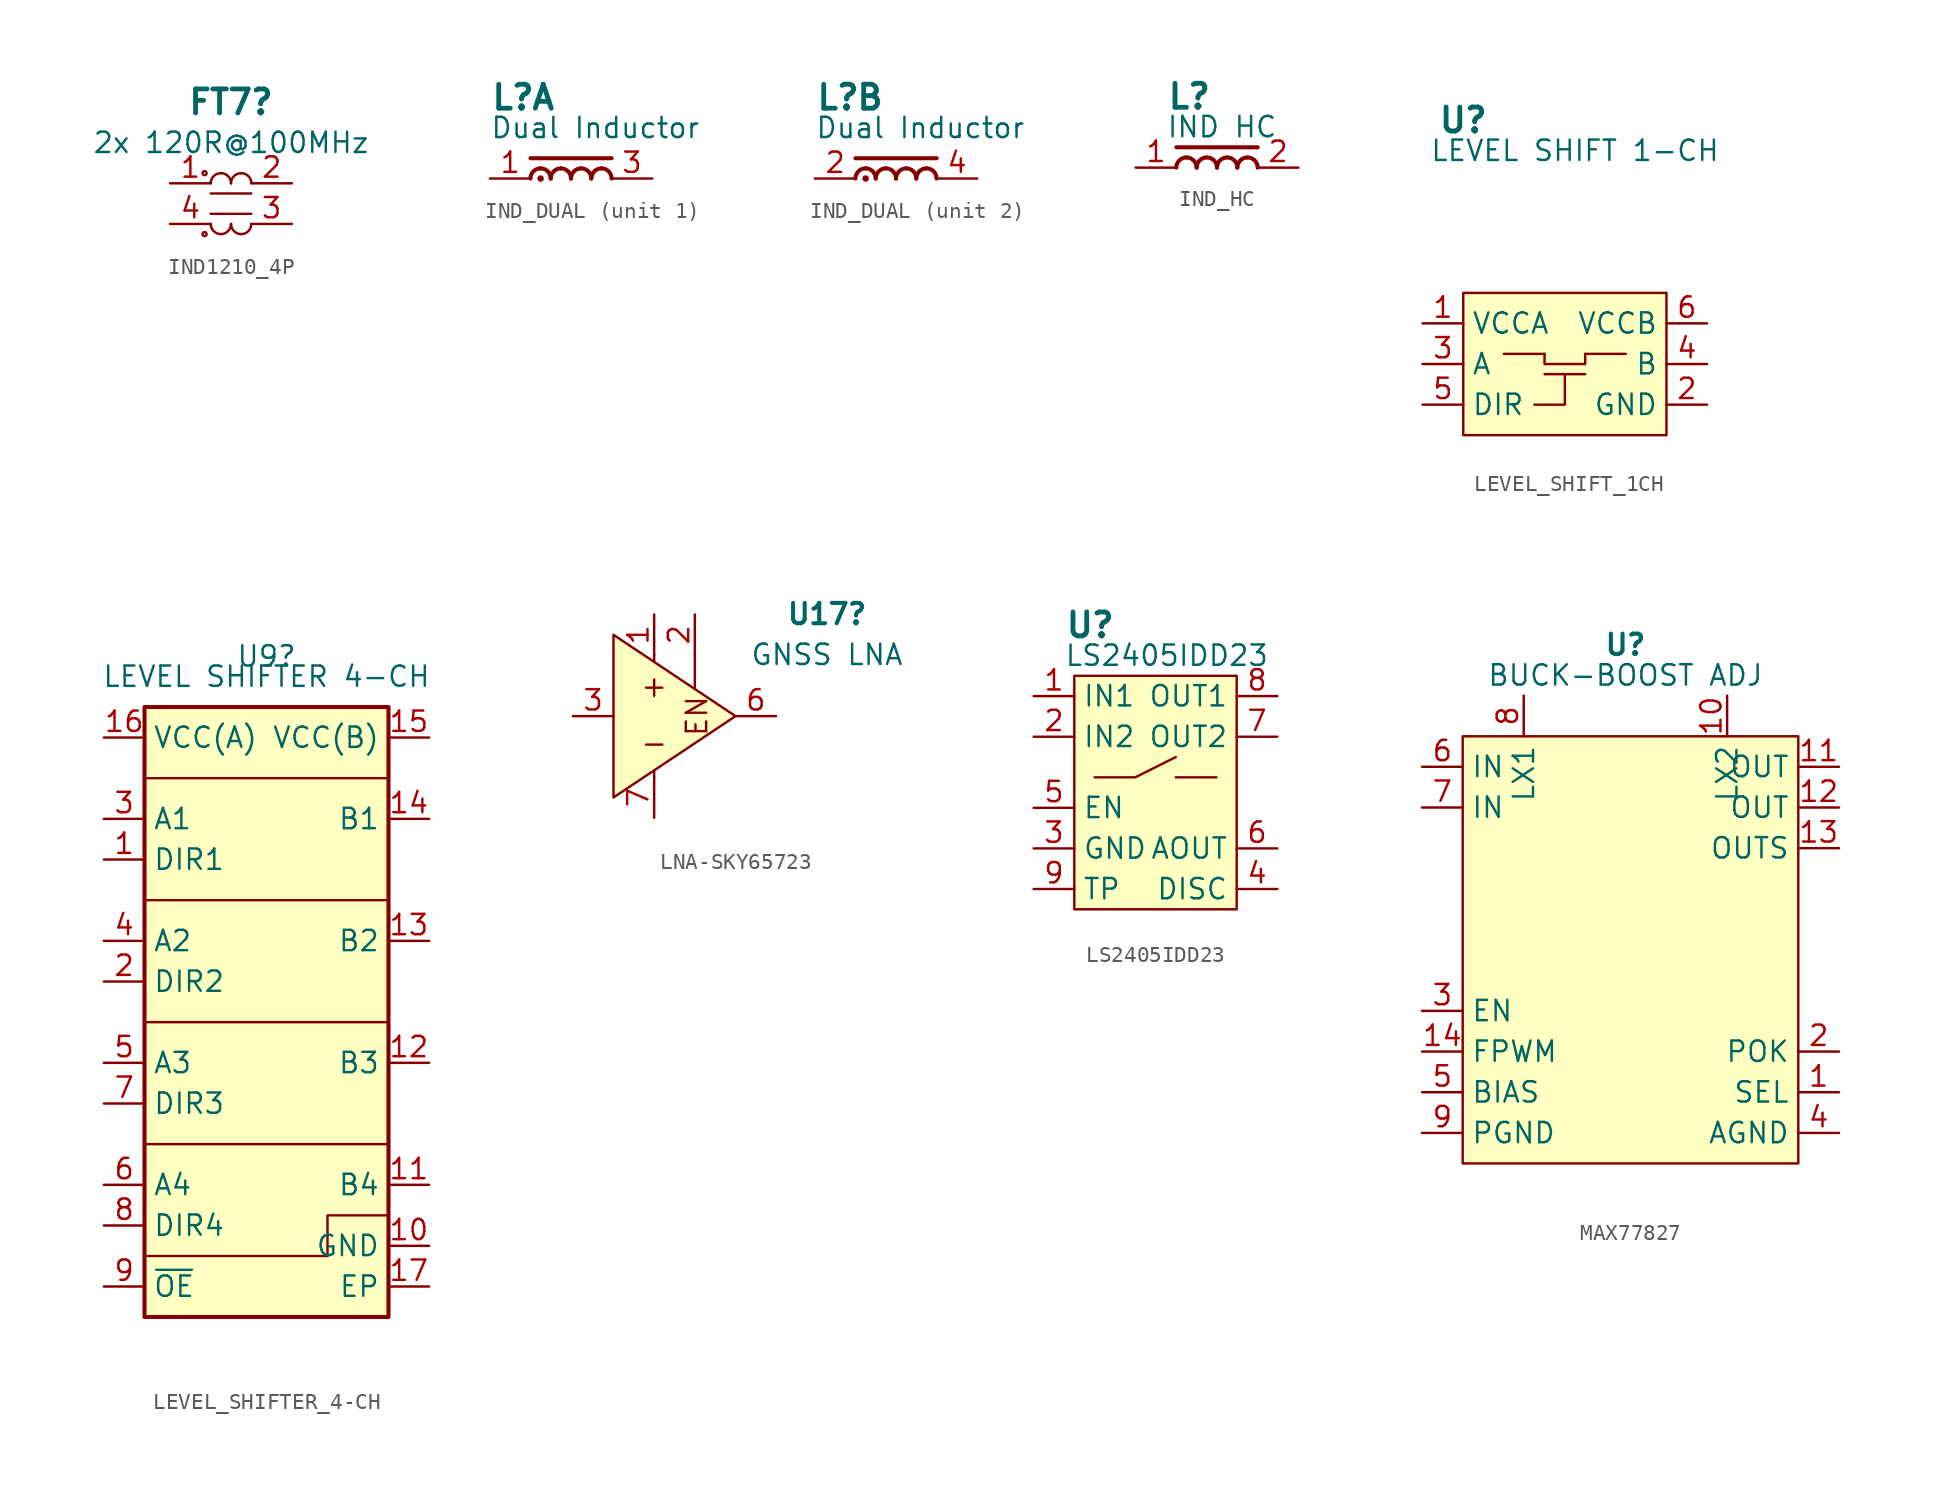
<source format=kicad_sym>
(kicad_symbol_lib
  (version 20231120)
  (generator "kicad_symbol_editor")
  (generator_version "8.0")
  (symbol "IND1210_4P"
    (pin_names hide)
    (property "Reference" "FT7"
      (at 0.635 2.54 0)
      (effects (font (size 1.5 1.5) (bold yes))))
    (property "Value" "2x 120R@100MHz"
      (at 0.635 0 0)
      (effects (font (size 1.27 1.27))))
    (symbol "IND1210_4P_0_1"
      (circle (center -1.016 -5.715) (radius 0.127) (stroke (width 0) (type default)) (fill (type none)))
      (circle (center -1.016 -1.905) (radius 0.127) (stroke (width 0) (type default)) (fill (type none)))
      (arc (start -0.635 -5.08) (mid -0.449 -5.529) (end 0 -5.715) (stroke (width 0) (type default)) (fill (type none)))
      (arc (start 0 -5.715) (mid 0.449 -5.529) (end 0.635 -5.08) (stroke (width 0) (type default)) (fill (type none)))
      (arc (start 0 -1.905) (mid -0.449 -2.091) (end -0.635 -2.54) (stroke (width 0) (type default)) (fill (type none)))
      (polyline (pts (xy -0.635 -4.445) (xy 1.905 -4.445)) (stroke (width 0) (type default)) (fill (type none)))
      (polyline (pts (xy -0.635 -3.175) (xy 1.905 -3.175)) (stroke (width 0) (type default)) (fill (type none)))
      (arc (start 0.635 -5.08) (mid 0.821 -5.529) (end 1.27 -5.715) (stroke (width 0) (type default)) (fill (type none)))
      (arc (start 0.635 -2.54) (mid 0.449 -2.091) (end 0 -1.905) (stroke (width 0) (type default)) (fill (type none)))
      (arc (start 1.27 -5.715) (mid 1.719 -5.529) (end 1.905 -5.08) (stroke (width 0) (type default)) (fill (type none)))
      (arc (start 1.27 -1.905) (mid 0.821 -2.091) (end 0.635 -2.54) (stroke (width 0) (type default)) (fill (type none)))
      (arc (start 1.905 -2.54) (mid 1.719 -2.091) (end 1.27 -1.905) (stroke (width 0) (type default)) (fill (type none))))
    (symbol "IND1210_4P_1_1"
      (pin bidirectional line (at -3.175 -2.54 0) (length 2.54) (name "1" (effects (font (size 1.27 1.27)))) (number "1" (effects (font (size 1.27 1.27)))))
      (pin bidirectional line (at 4.445 -2.54 180) (length 2.54) (name "2" (effects (font (size 1.27 1.27)))) (number "2" (effects (font (size 1.27 1.27)))))
      (pin bidirectional line (at 4.445 -5.08 180) (length 2.54) (name "3" (effects (font (size 1.27 1.27)))) (number "3" (effects (font (size 1.27 1.27)))))
      (pin bidirectional line (at -3.175 -5.08 0) (length 2.54) (name "4" (effects (font (size 1.27 1.27)))) (number "4" (effects (font (size 1.27 1.27)))))))
  (symbol "IND_DUAL"
    (pin_names hide)
    (property "Reference" "L"
      (at 0 0 0)
      (effects (font (size 1.5 1.5) (bold yes)) (justify left)))
    (property "Value" "Dual Inductor"
      (at 0 -1.905 0)
      (effects (font (size 1.27 1.27)) (justify left)))
    (symbol "IND_DUAL_1_1"
      (polyline (pts (xy 2.54 -3.81) (xy 7.62 -3.81)) (stroke (width 0.254) (type default)) (fill (type none)))
      (circle (center 3.175 -5.08) (radius 0.127) (stroke (width 0) (type default)) (fill (type outline)))
      (arc (start 3.175 -4.445) (mid 2.726 -4.631) (end 2.54 -5.08) (stroke (width 0.254) (type default)) (fill (type none)))
      (arc (start 3.81 -5.08) (mid 3.624 -4.631) (end 3.175 -4.445) (stroke (width 0.254) (type default)) (fill (type none)))
      (arc (start 4.445 -4.445) (mid 3.996 -4.631) (end 3.81 -5.08) (stroke (width 0.254) (type default)) (fill (type none)))
      (arc (start 5.08 -5.08) (mid 4.894 -4.631) (end 4.445 -4.445) (stroke (width 0.254) (type default)) (fill (type none)))
      (arc (start 5.715 -4.445) (mid 5.266 -4.631) (end 5.08 -5.08) (stroke (width 0.254) (type default)) (fill (type none)))
      (arc (start 6.35 -5.08) (mid 6.164 -4.631) (end 5.715 -4.445) (stroke (width 0.254) (type default)) (fill (type none)))
      (arc (start 6.985 -4.445) (mid 6.536 -4.631) (end 6.35 -5.08) (stroke (width 0.254) (type default)) (fill (type none)))
      (arc (start 7.62 -5.08) (mid 7.434 -4.631) (end 6.985 -4.445) (stroke (width 0.254) (type default)) (fill (type none)))
      (pin bidirectional line (at 0 -5.08 0) (length 2.54) (name "1" (effects (font (size 1.27 1.27)))) (number "1" (effects (font (size 1.27 1.27)))))
      (pin bidirectional line (at 10.16 -5.08 180) (length 2.54) (name "3" (effects (font (size 1.27 1.27)))) (number "3" (effects (font (size 1.27 1.27))))))
    (symbol "IND_DUAL_2_1"
      (polyline (pts (xy 2.54 -3.81) (xy 7.62 -3.81)) (stroke (width 0.254) (type default)) (fill (type none)))
      (circle (center 3.175 -5.08) (radius 0.127) (stroke (width 0) (type default)) (fill (type outline)))
      (arc (start 3.175 -4.445) (mid 2.726 -4.631) (end 2.54 -5.08) (stroke (width 0.254) (type default)) (fill (type none)))
      (arc (start 3.81 -5.08) (mid 3.624 -4.631) (end 3.175 -4.445) (stroke (width 0.254) (type default)) (fill (type none)))
      (arc (start 4.445 -4.445) (mid 3.996 -4.631) (end 3.81 -5.08) (stroke (width 0.254) (type default)) (fill (type none)))
      (arc (start 5.08 -5.08) (mid 4.894 -4.631) (end 4.445 -4.445) (stroke (width 0.254) (type default)) (fill (type none)))
      (arc (start 5.715 -4.445) (mid 5.266 -4.631) (end 5.08 -5.08) (stroke (width 0.254) (type default)) (fill (type none)))
      (arc (start 6.35 -5.08) (mid 6.164 -4.631) (end 5.715 -4.445) (stroke (width 0.254) (type default)) (fill (type none)))
      (arc (start 6.985 -4.445) (mid 6.536 -4.631) (end 6.35 -5.08) (stroke (width 0.254) (type default)) (fill (type none)))
      (arc (start 7.62 -5.08) (mid 7.434 -4.631) (end 6.985 -4.445) (stroke (width 0.254) (type default)) (fill (type none)))
      (pin bidirectional line (at 0 -5.08 0) (length 2.54) (name "2" (effects (font (size 1.27 1.27)))) (number "2" (effects (font (size 1.27 1.27)))))
      (pin bidirectional line (at 10.16 -5.08 180) (length 2.54) (name "4" (effects (font (size 1.27 1.27)))) (number "4" (effects (font (size 1.27 1.27)))))))
  (symbol "IND_HC"
    (pin_names hide)
    (property "Reference" "L"
      (at 1.905 -0.635 0)
      (effects (font (size 1.5 1.5) (bold yes)) (justify left)))
    (property "Value" "IND HC"
      (at 1.905 -2.54 0)
      (effects (font (size 1.27 1.27)) (justify left)))
    (symbol "IND_HC_1_1"
      (polyline (pts (xy 2.54 -3.81) (xy 7.62 -3.81)) (stroke (width 0.254) (type default)) (fill (type none)))
      (arc (start 3.175 -4.445) (mid 2.726 -4.631) (end 2.54 -5.08) (stroke (width 0.254) (type default)) (fill (type none)))
      (arc (start 3.81 -5.08) (mid 3.624 -4.631) (end 3.175 -4.445) (stroke (width 0.254) (type default)) (fill (type none)))
      (arc (start 4.445 -4.445) (mid 3.996 -4.631) (end 3.81 -5.08) (stroke (width 0.254) (type default)) (fill (type none)))
      (arc (start 5.08 -5.08) (mid 4.894 -4.631) (end 4.445 -4.445) (stroke (width 0.254) (type default)) (fill (type none)))
      (arc (start 5.715 -4.445) (mid 5.266 -4.631) (end 5.08 -5.08) (stroke (width 0.254) (type default)) (fill (type none)))
      (arc (start 6.35 -5.08) (mid 6.164 -4.631) (end 5.715 -4.445) (stroke (width 0.254) (type default)) (fill (type none)))
      (arc (start 6.985 -4.445) (mid 6.536 -4.631) (end 6.35 -5.08) (stroke (width 0.254) (type default)) (fill (type none)))
      (arc (start 7.62 -5.08) (mid 7.434 -4.631) (end 6.985 -4.445) (stroke (width 0.254) (type default)) (fill (type none)))
      (pin bidirectional line (at 0 -5.08 0) (length 2.54) (name "1" (effects (font (size 1.27 1.27)))) (number "1" (effects (font (size 1.27 1.27)))))
      (pin bidirectional line (at 10.16 -5.08 180) (length 2.54) (name "2" (effects (font (size 1.27 1.27)))) (number "2" (effects (font (size 1.27 1.27)))))))
  (symbol "LEVEL_SHIFT_1CH"
    (property "Reference" "U"
      (at 0 0 0)
      (effects (font (size 1.5 1.5) (bold yes))))
    (property "Value" "LEVEL SHIFT 1-CH"
      (at 6.985 -1.905 0)
      (effects (font (size 1.27 1.27))))
    (symbol "LEVEL_SHIFT_1CH_0_1"
      (polyline (pts (xy 2.54 -14.605) (xy 5.08 -14.605)) (stroke (width 0) (type default)) (fill (type none)))
      (polyline (pts (xy 5.08 -15.875) (xy 7.62 -15.875)) (stroke (width 0) (type default)) (fill (type none)))
      (polyline (pts (xy 7.62 -14.605) (xy 10.16 -14.605)) (stroke (width 0) (type default)) (fill (type none)))
      (polyline (pts (xy 6.35 -15.875) (xy 6.35 -17.78) (xy 4.445 -17.78)) (stroke (width 0) (type default)) (fill (type none)))
      (polyline (pts (xy 5.08 -14.605) (xy 5.08 -15.24) (xy 7.62 -15.24) (xy 7.62 -14.605)) (stroke (width 0) (type default)) (fill (type none))))
    (symbol "LEVEL_SHIFT_1CH_1_1"
      (rectangle (start 0 -10.795) (end 12.7 -19.685) (stroke (width 0) (type default)) (fill (type background)))
      (pin power_in line (at -2.54 -12.7 0) (length 2.54) (name "VCCA" (effects (font (size 1.27 1.27)))) (number "1" (effects (font (size 1.27 1.27)))))
      (pin passive line (at 15.24 -17.78 180) (length 2.54) (name "GND" (effects (font (size 1.27 1.27)))) (number "2" (effects (font (size 1.27 1.27)))))
      (pin bidirectional line (at -2.54 -15.24 0) (length 2.54) (name "A" (effects (font (size 1.27 1.27)))) (number "3" (effects (font (size 1.27 1.27)))))
      (pin bidirectional line (at 15.24 -15.24 180) (length 2.54) (name "B" (effects (font (size 1.27 1.27)))) (number "4" (effects (font (size 1.27 1.27)))))
      (pin input line (at -2.54 -17.78 0) (length 2.54) (name "DIR" (effects (font (size 1.27 1.27)))) (number "5" (effects (font (size 1.27 1.27)))))
      (pin power_in line (at 15.24 -12.7 180) (length 2.54) (name "VCCB" (effects (font (size 1.27 1.27)))) (number "6" (effects (font (size 1.27 1.27)))))))
  (symbol "LEVEL_SHIFTER_4-CH"
    (property "Reference" "U9"
      (at 12.7 5.08 0)
      (effects (font (size 1.27 1.27))))
    (property "Value" "LEVEL SHIFTER 4-CH"
      (at 12.7 3.81 0)
      (effects (font (size 1.27 1.27))))
    (symbol "LEVEL_SHIFTER_4-CH_0_1"
      (polyline (pts (xy 5.08 -25.4) (xy 20.32 -25.4)) (stroke (width 0) (type default)) (fill (type none)))
      (polyline (pts (xy 5.08 -17.78) (xy 20.32 -17.78)) (stroke (width 0) (type default)) (fill (type none)))
      (polyline (pts (xy 5.08 -10.16) (xy 20.32 -10.16)) (stroke (width 0) (type default)) (fill (type none)))
      (polyline (pts (xy 5.08 -2.54) (xy 20.32 -2.54)) (stroke (width 0) (type default)) (fill (type none)))
      (polyline (pts (xy 5.08 -32.385) (xy 16.51 -32.385) (xy 16.51 -29.845) (xy 20.32 -29.845)) (stroke (width 0) (type default)) (fill (type none))))
    (symbol "LEVEL_SHIFTER_4-CH_1_1"
      (rectangle (start 5.08 1.905) (end 20.32 -36.195) (stroke (width 0.254) (type default)) (fill (type background)))
      (pin passive line (at 2.54 -7.62 0) (length 2.54) (name "DIR1" (effects (font (size 1.27 1.27)))) (number "1" (effects (font (size 1.27 1.27)))))
      (pin passive line (at 22.86 -31.75 180) (length 2.54) (name "GND" (effects (font (size 1.27 1.27)))) (number "10" (effects (font (size 1.27 1.27)))))
      (pin passive line (at 22.86 -27.94 180) (length 2.54) (name "B4" (effects (font (size 1.27 1.27)))) (number "11" (effects (font (size 1.27 1.27)))))
      (pin passive line (at 22.86 -20.32 180) (length 2.54) (name "B3" (effects (font (size 1.27 1.27)))) (number "12" (effects (font (size 1.27 1.27)))))
      (pin passive line (at 22.86 -12.7 180) (length 2.54) (name "B2" (effects (font (size 1.27 1.27)))) (number "13" (effects (font (size 1.27 1.27)))))
      (pin passive line (at 22.86 -5.08 180) (length 2.54) (name "B1" (effects (font (size 1.27 1.27)))) (number "14" (effects (font (size 1.27 1.27)))))
      (pin passive line (at 22.86 0 180) (length 2.54) (name "VCC(B)" (effects (font (size 1.27 1.27)))) (number "15" (effects (font (size 1.27 1.27)))))
      (pin passive line (at 2.54 0 0) (length 2.54) (name "VCC(A)" (effects (font (size 1.27 1.27)))) (number "16" (effects (font (size 1.27 1.27)))))
      (pin passive line (at 22.86 -34.29 180) (length 2.54) (name "EP" (effects (font (size 1.27 1.27)))) (number "17" (effects (font (size 1.27 1.27)))))
      (pin passive line (at 2.54 -15.24 0) (length 2.54) (name "DIR2" (effects (font (size 1.27 1.27)))) (number "2" (effects (font (size 1.27 1.27)))))
      (pin passive line (at 2.54 -5.08 0) (length 2.54) (name "A1" (effects (font (size 1.27 1.27)))) (number "3" (effects (font (size 1.27 1.27)))))
      (pin passive line (at 2.54 -12.7 0) (length 2.54) (name "A2" (effects (font (size 1.27 1.27)))) (number "4" (effects (font (size 1.27 1.27)))))
      (pin passive line (at 2.54 -20.32 0) (length 2.54) (name "A3" (effects (font (size 1.27 1.27)))) (number "5" (effects (font (size 1.27 1.27)))))
      (pin passive line (at 2.54 -27.94 0) (length 2.54) (name "A4" (effects (font (size 1.27 1.27)))) (number "6" (effects (font (size 1.27 1.27)))))
      (pin passive line (at 2.54 -22.86 0) (length 2.54) (name "DIR3" (effects (font (size 1.27 1.27)))) (number "7" (effects (font (size 1.27 1.27)))))
      (pin passive line (at 2.54 -30.48 0) (length 2.54) (name "DIR4" (effects (font (size 1.27 1.27)))) (number "8" (effects (font (size 1.27 1.27)))))
      (pin passive line (at 2.54 -34.29 0) (length 2.54) (name "~{OE}" (effects (font (size 1.27 1.27)))) (number "9" (effects (font (size 1.27 1.27)))))))
  (symbol "LNA-SKY65723"
    (pin_names hide)
    (property "Reference" "U17"
      (at 13.335 -9.496 0)
      (effects (font (size 1.27 1.27) (bold yes))))
    (property "Value" "GNSS LNA"
      (at 13.335 -12.036 0)
      (effects (font (size 1.27 1.27))))
    (symbol "LNA-SKY65723_0_1"
      (polyline (pts (xy 2.54 -19.304) (xy 2.54 -19.685)) (stroke (width 0) (type default)) (fill (type none)))
      (polyline (pts (xy 2.54 -12.065) (xy 2.54 -12.446)) (stroke (width 0) (type default)) (fill (type none)))
      (polyline (pts (xy 5.08 -12.065) (xy 5.08 -14.097)) (stroke (width 0) (type default)) (fill (type none))))
    (symbol "LNA-SKY65723_1_1"
      (polyline (pts (xy 2.032 -17.653) (xy 3.048 -17.653)) (stroke (width 0) (type default)) (fill (type none)))
      (polyline (pts (xy 2.032 -14.097) (xy 3.048 -14.097)) (stroke (width 0) (type default)) (fill (type none)))
      (polyline (pts (xy 2.54 -14.605) (xy 2.54 -13.589)) (stroke (width 0) (type default)) (fill (type none)))
      (polyline (pts (xy 7.62 -15.875) (xy 0 -10.795) (xy 0 -20.955) (xy 7.62 -15.875)) (stroke (width 0) (type default)) (fill (type background)))
      (text "EN" (at 5.207 -15.875 900) (effects (font (size 1.27 1.27))))
      (pin power_in line (at 2.54 -9.525 270) (length 2.54) (name "VCC" (effects (font (size 1.27 1.27)))) (number "1" (effects (font (size 1.27 1.27)))))
      (pin input line (at 5.08 -9.525 270) (length 2.54) (name "VEN" (effects (font (size 1.27 1.27)))) (number "2" (effects (font (size 1.27 1.27)))))
      (pin input line (at -2.54 -15.875 0) (length 2.54) (name "RFIN" (effects (font (size 1.27 1.27)))) (number "3" (effects (font (size 1.27 1.27)))))
      (pin no_connect line (at -2.54 -18.415 0) (length 2.54) hide (name "NC" (effects (font (size 1.27 1.27)))) (number "4" (effects (font (size 1.27 1.27)))))
      (pin no_connect line (at -2.54 -13.335 0) (length 2.54) hide (name "NC" (effects (font (size 1.27 1.27)))) (number "5" (effects (font (size 1.27 1.27)))))
      (pin output line (at 10.16 -15.875 180) (length 2.54) (name "RFOUT" (effects (font (size 1.27 1.27)))) (number "6" (effects (font (size 1.27 1.27)))))
      (pin passive line (at 2.54 -22.225 90) (length 2.54) (name "GND" (effects (font (size 1.27 1.27)))) (number "7" (effects (font (size 1.27 1.27)))))))
  (symbol "LS2405IDD23"
    (property "Reference" "U"
      (at -0.635 1.905 0)
      (effects (font (size 1.5 1.5) (bold yes)) (justify left)))
    (property "Value" "LS2405IDD23"
      (at -0.635 0 0)
      (effects (font (size 1.27 1.27)) (justify left)))
    (symbol "LS2405IDD23_0_1"
      (polyline (pts (xy 6.35 -7.62) (xy 8.89 -7.62)) (stroke (width 0) (type default)) (fill (type none)))
      (polyline (pts (xy 1.27 -7.62) (xy 3.81 -7.62) (xy 6.35 -6.35)) (stroke (width 0) (type default)) (fill (type none))))
    (symbol "LS2405IDD23_1_1"
      (rectangle (start 0 -1.27) (end 10.16 -15.875) (stroke (width 0) (type default)) (fill (type background)))
      (pin power_in line (at -2.54 -2.54 0) (length 2.54) (name "IN1" (effects (font (size 1.27 1.27)))) (number "1" (effects (font (size 1.27 1.27)))))
      (pin power_in line (at -2.54 -5.08 0) (length 2.54) (name "IN2" (effects (font (size 1.27 1.27)))) (number "2" (effects (font (size 1.27 1.27)))))
      (pin power_in line (at -2.54 -12.065 0) (length 2.54) (name "GND" (effects (font (size 1.27 1.27)))) (number "3" (effects (font (size 1.27 1.27)))))
      (pin input line (at 12.7 -14.605 180) (length 2.54) (name "DISC" (effects (font (size 1.27 1.27)))) (number "4" (effects (font (size 1.27 1.27)))))
      (pin input line (at -2.54 -9.525 0) (length 2.54) (name "EN" (effects (font (size 1.27 1.27)))) (number "5" (effects (font (size 1.27 1.27)))))
      (pin output line (at 12.7 -12.065 180) (length 2.54) (name "AOUT" (effects (font (size 1.27 1.27)))) (number "6" (effects (font (size 1.27 1.27)))))
      (pin power_out line (at 12.7 -5.08 180) (length 2.54) (name "OUT2" (effects (font (size 1.27 1.27)))) (number "7" (effects (font (size 1.27 1.27)))))
      (pin power_out line (at 12.7 -2.54 180) (length 2.54) (name "OUT1" (effects (font (size 1.27 1.27)))) (number "8" (effects (font (size 1.27 1.27)))))
      (pin passive line (at -2.54 -14.605 0) (length 2.54) (name "TP" (effects (font (size 1.27 1.27)))) (number "9" (effects (font (size 1.27 1.27)))))))
  (symbol "MAX77827"
    (property "Reference" "U"
      (at 0 0 0)
      (effects (font (size 1.27 1.27) (bold yes))))
    (property "Value" "BUCK-BOOST ADJ"
      (at 0 -1.905 0)
      (effects (font (size 1.27 1.27))))
    (symbol "MAX77827_0_0"
      (pin passive line (at 13.335 -27.94 180) (length 2.54) (name "SEL" (effects (font (size 1.27 1.27)))) (number "1" (effects (font (size 1.27 1.27)))))
      (pin output line (at 6.35 -3.175 270) (length 2.54) (name "LX2" (effects (font (size 1.27 1.27)))) (number "10" (effects (font (size 1.27 1.27)))))
      (pin power_out line (at 13.335 -7.62 180) (length 2.54) (name "OUT" (effects (font (size 1.27 1.27)))) (number "11" (effects (font (size 1.27 1.27)))))
      (pin power_out line (at 13.335 -10.16 180) (length 2.54) (name "OUT" (effects (font (size 1.27 1.27)))) (number "12" (effects (font (size 1.27 1.27)))))
      (pin input line (at 13.335 -12.7 180) (length 2.54) (name "OUTS" (effects (font (size 1.27 1.27)))) (number "13" (effects (font (size 1.27 1.27)))))
      (pin input line (at -12.7 -25.4 0) (length 2.54) (name "FPWM" (effects (font (size 1.27 1.27)))) (number "14" (effects (font (size 1.27 1.27)))))
      (pin output line (at 13.335 -25.4 180) (length 2.54) (name "POK" (effects (font (size 1.27 1.27)))) (number "2" (effects (font (size 1.27 1.27)))))
      (pin input line (at -12.7 -22.86 0) (length 2.54) (name "EN" (effects (font (size 1.27 1.27)))) (number "3" (effects (font (size 1.27 1.27)))))
      (pin passive line (at 13.335 -30.48 180) (length 2.54) (name "AGND" (effects (font (size 1.27 1.27)))) (number "4" (effects (font (size 1.27 1.27)))))
      (pin passive line (at -12.7 -27.94 0) (length 2.54) (name "BIAS" (effects (font (size 1.27 1.27)))) (number "5" (effects (font (size 1.27 1.27)))))
      (pin power_in line (at -12.7 -7.62 0) (length 2.54) (name "IN" (effects (font (size 1.27 1.27)))) (number "6" (effects (font (size 1.27 1.27)))))
      (pin power_in line (at -12.7 -10.16 0) (length 2.54) (name "IN" (effects (font (size 1.27 1.27)))) (number "7" (effects (font (size 1.27 1.27)))))
      (pin output line (at -6.35 -3.175 270) (length 2.54) (name "LX1" (effects (font (size 1.27 1.27)))) (number "8" (effects (font (size 1.27 1.27)))))
      (pin passive line (at -12.7 -30.48 0) (length 2.54) (name "PGND" (effects (font (size 1.27 1.27)))) (number "9" (effects (font (size 1.27 1.27))))))
    (symbol "MAX77827_1_1"
      (rectangle (start -10.16 -5.715) (end 10.795 -32.385) (stroke (width 0) (type default)) (fill (type background))))))
</source>
